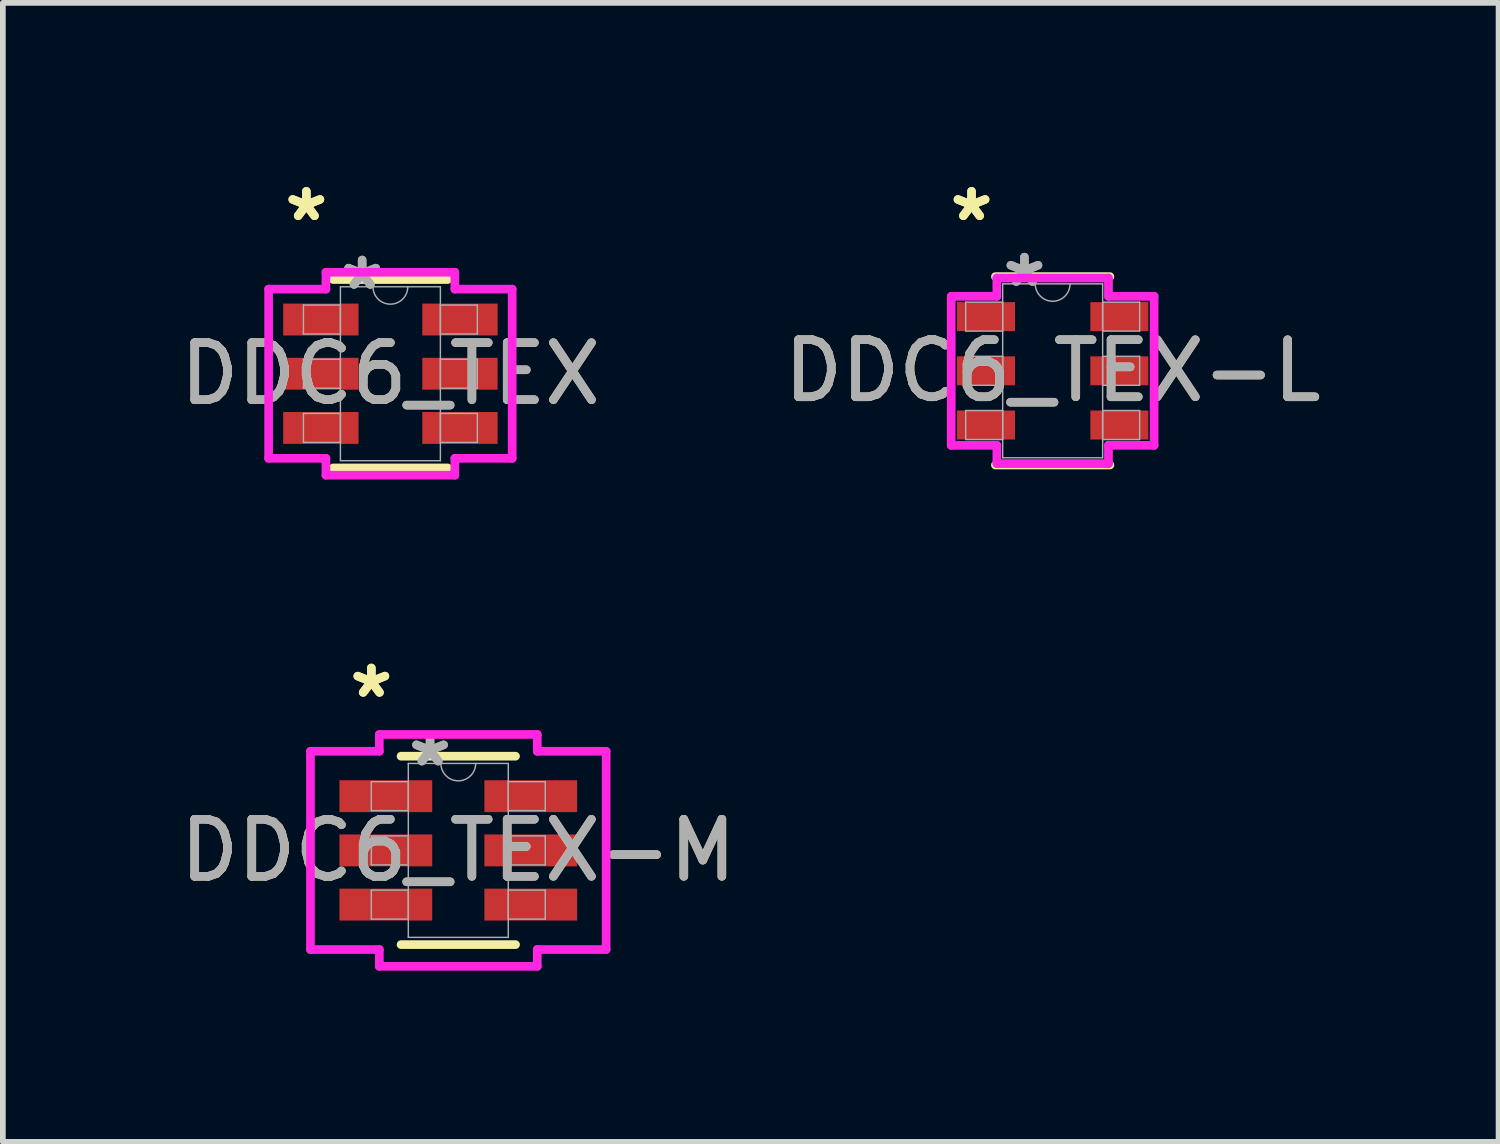
<source format=kicad_pcb>
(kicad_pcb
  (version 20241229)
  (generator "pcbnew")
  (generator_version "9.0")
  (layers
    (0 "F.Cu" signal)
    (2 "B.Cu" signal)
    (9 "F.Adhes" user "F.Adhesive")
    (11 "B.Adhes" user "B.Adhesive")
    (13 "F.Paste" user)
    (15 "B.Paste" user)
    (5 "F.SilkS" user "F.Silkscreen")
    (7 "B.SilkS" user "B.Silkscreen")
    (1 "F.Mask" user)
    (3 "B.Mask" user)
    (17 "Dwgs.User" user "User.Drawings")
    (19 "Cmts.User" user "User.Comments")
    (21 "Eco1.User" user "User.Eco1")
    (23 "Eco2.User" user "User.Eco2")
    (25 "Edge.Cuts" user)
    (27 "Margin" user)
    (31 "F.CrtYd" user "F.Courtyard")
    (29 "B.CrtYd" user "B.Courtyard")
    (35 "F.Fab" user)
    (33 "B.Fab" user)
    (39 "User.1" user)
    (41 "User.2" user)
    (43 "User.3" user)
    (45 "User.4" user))
  (footprint "DDC6_TEX-M"
    (layer "F.Cu")
    (at 4.982 11.854)
    (property "Reference" "DDC6_TEX-M" (at 0 0 0) (unlocked yes) (layer "F.SilkS") (effects (font (size 1 1) (thickness 0.15))))
    (attr smd)
    (fp_line (start -1.003 1.651) (end 1.003 1.651) (stroke (width 0.152) (type solid)) (layer "F.SilkS"))
    (fp_line (start 1.003 -1.651) (end -1.003 -1.651) (stroke (width 0.152) (type solid)) (layer "F.SilkS"))
    (fp_line (start -2.591 -1.737) (end -1.384 -1.737) (stroke (width 0.152) (type solid)) (layer "F.CrtYd"))
    (fp_line (start -2.591 1.737) (end -2.591 -1.737) (stroke (width 0.152) (type solid)) (layer "F.CrtYd"))
    (fp_line (start -2.591 1.737) (end -1.384 1.737) (stroke (width 0.152) (type solid)) (layer "F.CrtYd"))
    (fp_line (start -1.384 -2.032) (end 1.384 -2.032) (stroke (width 0.152) (type solid)) (layer "F.CrtYd"))
    (fp_line (start -1.384 -1.737) (end -1.384 -2.032) (stroke (width 0.152) (type solid)) (layer "F.CrtYd"))
    (fp_line (start -1.384 2.032) (end -1.384 1.737) (stroke (width 0.152) (type solid)) (layer "F.CrtYd"))
    (fp_line (start 1.384 -2.032) (end 1.384 -1.737) (stroke (width 0.152) (type solid)) (layer "F.CrtYd"))
    (fp_line (start 1.384 1.737) (end 1.384 2.032) (stroke (width 0.152) (type solid)) (layer "F.CrtYd"))
    (fp_line (start 1.384 2.032) (end -1.384 2.032) (stroke (width 0.152) (type solid)) (layer "F.CrtYd"))
    (fp_line (start 2.591 -1.737) (end 1.384 -1.737) (stroke (width 0.152) (type solid)) (layer "F.CrtYd"))
    (fp_line (start 2.591 -1.737) (end 2.591 1.737) (stroke (width 0.152) (type solid)) (layer "F.CrtYd"))
    (fp_line (start 2.591 1.737) (end 1.384 1.737) (stroke (width 0.152) (type solid)) (layer "F.CrtYd"))
    (fp_line (start -1.524 -1.204) (end -1.524 -0.696) (stroke (width 0.025) (type solid)) (layer "F.Fab"))
    (fp_line (start -1.524 -0.696) (end -0.876 -0.696) (stroke (width 0.025) (type solid)) (layer "F.Fab"))
    (fp_line (start -1.524 -0.254) (end -1.524 0.254) (stroke (width 0.025) (type solid)) (layer "F.Fab"))
    (fp_line (start -1.524 0.254) (end -0.876 0.254) (stroke (width 0.025) (type solid)) (layer "F.Fab"))
    (fp_line (start -1.524 0.696) (end -1.524 1.204) (stroke (width 0.025) (type solid)) (layer "F.Fab"))
    (fp_line (start -1.524 1.204) (end -0.876 1.204) (stroke (width 0.025) (type solid)) (layer "F.Fab"))
    (fp_line (start -0.876 -1.524) (end -0.876 1.524) (stroke (width 0.025) (type solid)) (layer "F.Fab"))
    (fp_line (start -0.876 -1.204) (end -1.524 -1.204) (stroke (width 0.025) (type solid)) (layer "F.Fab"))
    (fp_line (start -0.876 -0.696) (end -0.876 -1.204) (stroke (width 0.025) (type solid)) (layer "F.Fab"))
    (fp_line (start -0.876 -0.254) (end -1.524 -0.254) (stroke (width 0.025) (type solid)) (layer "F.Fab"))
    (fp_line (start -0.876 0.254) (end -0.876 -0.254) (stroke (width 0.025) (type solid)) (layer "F.Fab"))
    (fp_line (start -0.876 0.696) (end -1.524 0.696) (stroke (width 0.025) (type solid)) (layer "F.Fab"))
    (fp_line (start -0.876 1.204) (end -0.876 0.696) (stroke (width 0.025) (type solid)) (layer "F.Fab"))
    (fp_line (start -0.876 1.524) (end 0.876 1.524) (stroke (width 0.025) (type solid)) (layer "F.Fab"))
    (fp_line (start 0.876 -1.524) (end -0.876 -1.524) (stroke (width 0.025) (type solid)) (layer "F.Fab"))
    (fp_line (start 0.876 -1.204) (end 0.876 -0.696) (stroke (width 0.025) (type solid)) (layer "F.Fab"))
    (fp_line (start 0.876 -0.696) (end 1.524 -0.696) (stroke (width 0.025) (type solid)) (layer "F.Fab"))
    (fp_line (start 0.876 -0.254) (end 0.876 0.254) (stroke (width 0.025) (type solid)) (layer "F.Fab"))
    (fp_line (start 0.876 0.254) (end 1.524 0.254) (stroke (width 0.025) (type solid)) (layer "F.Fab"))
    (fp_line (start 0.876 0.696) (end 0.876 1.204) (stroke (width 0.025) (type solid)) (layer "F.Fab"))
    (fp_line (start 0.876 1.204) (end 1.524 1.204) (stroke (width 0.025) (type solid)) (layer "F.Fab"))
    (fp_line (start 0.876 1.524) (end 0.876 -1.524) (stroke (width 0.025) (type solid)) (layer "F.Fab"))
    (fp_line (start 1.524 -1.204) (end 0.876 -1.204) (stroke (width 0.025) (type solid)) (layer "F.Fab"))
    (fp_line (start 1.524 -0.696) (end 1.524 -1.204) (stroke (width 0.025) (type solid)) (layer "F.Fab"))
    (fp_line (start 1.524 -0.254) (end 0.876 -0.254) (stroke (width 0.025) (type solid)) (layer "F.Fab"))
    (fp_line (start 1.524 0.254) (end 1.524 -0.254) (stroke (width 0.025) (type solid)) (layer "F.Fab"))
    (fp_line (start 1.524 0.696) (end 0.876 0.696) (stroke (width 0.025) (type solid)) (layer "F.Fab"))
    (fp_line (start 1.524 1.204) (end 1.524 0.696) (stroke (width 0.025) (type solid)) (layer "F.Fab"))
    (fp_arc (start 0.3048 -1.524) (mid 0 -1.2192) (end -0.3048 -1.524) (stroke (width 0.0254) (type solid)) (layer "F.Fab"))
    (fp_text user "*" (at -1.524 -2.652 0) (layer "F.SilkS") (effects (font (size 1 1) (thickness 0.15))))
    (fp_text user "*" (at -1.524 -2.652 0) (unlocked yes) (layer "F.SilkS") (effects (font (size 1 1) (thickness 0.15))))
    (fp_text user "*" (at -0.495 -1.448 0) (layer "F.Fab") (effects (font (size 1 1) (thickness 0.15))))
    (fp_text user "*" (at -0.495 -1.448 0) (unlocked yes) (layer "F.Fab") (effects (font (size 1 1) (thickness 0.15))))
    (fp_text user "${REFERENCE}" (at 0 0 0) (unlocked yes) (layer "F.Fab") (effects (font (size 1 1) (thickness 0.15))))
    (pad "1" smd rect (at -1.27 -0.95) (size 1.626 0.559) (layers "F.Cu" "F.Mask" "F.Paste"))
    (pad "2" smd rect (at -1.27 0) (size 1.626 0.559) (layers "F.Cu" "F.Mask" "F.Paste"))
    (pad "3" smd rect (at -1.27 0.95) (size 1.626 0.559) (layers "F.Cu" "F.Mask" "F.Paste"))
    (pad "4" smd rect (at 1.27 0.95) (size 1.626 0.559) (layers "F.Cu" "F.Mask" "F.Paste"))
    (pad "5" smd rect (at 1.27 0) (size 1.626 0.559) (layers "F.Cu" "F.Mask" "F.Paste"))
    (pad "6" smd rect (at 1.27 -0.95) (size 1.626 0.559) (layers "F.Cu" "F.Mask" "F.Paste")))
  (footprint "DDC6_TEX-L"
    (layer "F.Cu")
    (at 15.399 3.449)
    (property "Reference" "DDC6_TEX-L" (at 0 0 0) (unlocked yes) (layer "F.SilkS") (effects (font (size 1 1) (thickness 0.15))))
    (attr smd)
    (fp_line (start -1.003 1.651) (end 1.003 1.651) (stroke (width 0.152) (type solid)) (layer "F.SilkS"))
    (fp_line (start 1.003 -1.651) (end -1.003 -1.651) (stroke (width 0.152) (type solid)) (layer "F.SilkS"))
    (fp_line (start -1.778 -1.306) (end -0.978 -1.306) (stroke (width 0.152) (type solid)) (layer "F.CrtYd"))
    (fp_line (start -1.778 1.306) (end -1.778 -1.306) (stroke (width 0.152) (type solid)) (layer "F.CrtYd"))
    (fp_line (start -1.778 1.306) (end -0.978 1.306) (stroke (width 0.152) (type solid)) (layer "F.CrtYd"))
    (fp_line (start -0.978 -1.626) (end 0.978 -1.626) (stroke (width 0.152) (type solid)) (layer "F.CrtYd"))
    (fp_line (start -0.978 -1.306) (end -0.978 -1.626) (stroke (width 0.152) (type solid)) (layer "F.CrtYd"))
    (fp_line (start -0.978 1.626) (end -0.978 1.306) (stroke (width 0.152) (type solid)) (layer "F.CrtYd"))
    (fp_line (start 0.978 -1.626) (end 0.978 -1.306) (stroke (width 0.152) (type solid)) (layer "F.CrtYd"))
    (fp_line (start 0.978 1.306) (end 0.978 1.626) (stroke (width 0.152) (type solid)) (layer "F.CrtYd"))
    (fp_line (start 0.978 1.626) (end -0.978 1.626) (stroke (width 0.152) (type solid)) (layer "F.CrtYd"))
    (fp_line (start 1.778 -1.306) (end 0.978 -1.306) (stroke (width 0.152) (type solid)) (layer "F.CrtYd"))
    (fp_line (start 1.778 -1.306) (end 1.778 1.306) (stroke (width 0.152) (type solid)) (layer "F.CrtYd"))
    (fp_line (start 1.778 1.306) (end 0.978 1.306) (stroke (width 0.152) (type solid)) (layer "F.CrtYd"))
    (fp_line (start -1.524 -1.204) (end -1.524 -0.696) (stroke (width 0.025) (type solid)) (layer "F.Fab"))
    (fp_line (start -1.524 -0.696) (end -0.876 -0.696) (stroke (width 0.025) (type solid)) (layer "F.Fab"))
    (fp_line (start -1.524 -0.254) (end -1.524 0.254) (stroke (width 0.025) (type solid)) (layer "F.Fab"))
    (fp_line (start -1.524 0.254) (end -0.876 0.254) (stroke (width 0.025) (type solid)) (layer "F.Fab"))
    (fp_line (start -1.524 0.696) (end -1.524 1.204) (stroke (width 0.025) (type solid)) (layer "F.Fab"))
    (fp_line (start -1.524 1.204) (end -0.876 1.204) (stroke (width 0.025) (type solid)) (layer "F.Fab"))
    (fp_line (start -0.876 -1.524) (end -0.876 1.524) (stroke (width 0.025) (type solid)) (layer "F.Fab"))
    (fp_line (start -0.876 -1.204) (end -1.524 -1.204) (stroke (width 0.025) (type solid)) (layer "F.Fab"))
    (fp_line (start -0.876 -0.696) (end -0.876 -1.204) (stroke (width 0.025) (type solid)) (layer "F.Fab"))
    (fp_line (start -0.876 -0.254) (end -1.524 -0.254) (stroke (width 0.025) (type solid)) (layer "F.Fab"))
    (fp_line (start -0.876 0.254) (end -0.876 -0.254) (stroke (width 0.025) (type solid)) (layer "F.Fab"))
    (fp_line (start -0.876 0.696) (end -1.524 0.696) (stroke (width 0.025) (type solid)) (layer "F.Fab"))
    (fp_line (start -0.876 1.204) (end -0.876 0.696) (stroke (width 0.025) (type solid)) (layer "F.Fab"))
    (fp_line (start -0.876 1.524) (end 0.876 1.524) (stroke (width 0.025) (type solid)) (layer "F.Fab"))
    (fp_line (start 0.876 -1.524) (end -0.876 -1.524) (stroke (width 0.025) (type solid)) (layer "F.Fab"))
    (fp_line (start 0.876 -1.204) (end 0.876 -0.696) (stroke (width 0.025) (type solid)) (layer "F.Fab"))
    (fp_line (start 0.876 -0.696) (end 1.524 -0.696) (stroke (width 0.025) (type solid)) (layer "F.Fab"))
    (fp_line (start 0.876 -0.254) (end 0.876 0.254) (stroke (width 0.025) (type solid)) (layer "F.Fab"))
    (fp_line (start 0.876 0.254) (end 1.524 0.254) (stroke (width 0.025) (type solid)) (layer "F.Fab"))
    (fp_line (start 0.876 0.696) (end 0.876 1.204) (stroke (width 0.025) (type solid)) (layer "F.Fab"))
    (fp_line (start 0.876 1.204) (end 1.524 1.204) (stroke (width 0.025) (type solid)) (layer "F.Fab"))
    (fp_line (start 0.876 1.524) (end 0.876 -1.524) (stroke (width 0.025) (type solid)) (layer "F.Fab"))
    (fp_line (start 1.524 -1.204) (end 0.876 -1.204) (stroke (width 0.025) (type solid)) (layer "F.Fab"))
    (fp_line (start 1.524 -0.696) (end 1.524 -1.204) (stroke (width 0.025) (type solid)) (layer "F.Fab"))
    (fp_line (start 1.524 -0.254) (end 0.876 -0.254) (stroke (width 0.025) (type solid)) (layer "F.Fab"))
    (fp_line (start 1.524 0.254) (end 1.524 -0.254) (stroke (width 0.025) (type solid)) (layer "F.Fab"))
    (fp_line (start 1.524 0.696) (end 0.876 0.696) (stroke (width 0.025) (type solid)) (layer "F.Fab"))
    (fp_line (start 1.524 1.204) (end 1.524 0.696) (stroke (width 0.025) (type solid)) (layer "F.Fab"))
    (fp_arc (start 0.3048 -1.524) (mid 0 -1.2192) (end -0.3048 -1.524) (stroke (width 0.0254) (type solid)) (layer "F.Fab"))
    (fp_text user "*" (at -1.422 -2.601 0) (unlocked yes) (layer "F.SilkS") (effects (font (size 1 1) (thickness 0.15))))
    (fp_text user "*" (at -1.422 -2.601 0) (layer "F.SilkS") (effects (font (size 1 1) (thickness 0.15))))
    (fp_text user "*" (at -0.495 -1.448 0) (unlocked yes) (layer "F.Fab") (effects (font (size 1 1) (thickness 0.15))))
    (fp_text user "*" (at -0.495 -1.448 0) (layer "F.Fab") (effects (font (size 1 1) (thickness 0.15))))
    (fp_text user "${REFERENCE}" (at 0 0 0) (unlocked yes) (layer "F.Fab") (effects (font (size 1 1) (thickness 0.15))))
    (pad "1" smd rect (at -1.168 -0.95) (size 1.016 0.508) (layers "F.Cu" "F.Mask" "F.Paste"))
    (pad "2" smd rect (at -1.168 0) (size 1.016 0.508) (layers "F.Cu" "F.Mask" "F.Paste"))
    (pad "3" smd rect (at -1.168 0.95) (size 1.016 0.508) (layers "F.Cu" "F.Mask" "F.Paste"))
    (pad "4" smd rect (at 1.168 0.95) (size 1.016 0.508) (layers "F.Cu" "F.Mask" "F.Paste"))
    (pad "5" smd rect (at 1.168 0) (size 1.016 0.508) (layers "F.Cu" "F.Mask" "F.Paste"))
    (pad "6" smd rect (at 1.168 -0.95) (size 1.016 0.508) (layers "F.Cu" "F.Mask" "F.Paste")))
  (footprint "DDC6_TEX"
    (layer "F.Cu")
    (at 3.792 3.5)
    (property "Reference" "DDC6_TEX" (at 0 0 0) (unlocked yes) (layer "F.SilkS") (effects (font (size 1 1) (thickness 0.15))))
    (attr smd)
    (fp_line (start -1.003 1.651) (end 1.003 1.651) (stroke (width 0.152) (type solid)) (layer "F.SilkS"))
    (fp_line (start 1.003 -1.651) (end -1.003 -1.651) (stroke (width 0.152) (type solid)) (layer "F.SilkS"))
    (fp_line (start -2.134 -1.483) (end -1.13 -1.483) (stroke (width 0.152) (type solid)) (layer "F.CrtYd"))
    (fp_line (start -2.134 1.483) (end -2.134 -1.483) (stroke (width 0.152) (type solid)) (layer "F.CrtYd"))
    (fp_line (start -2.134 1.483) (end -1.13 1.483) (stroke (width 0.152) (type solid)) (layer "F.CrtYd"))
    (fp_line (start -1.13 -1.778) (end 1.13 -1.778) (stroke (width 0.152) (type solid)) (layer "F.CrtYd"))
    (fp_line (start -1.13 -1.483) (end -1.13 -1.778) (stroke (width 0.152) (type solid)) (layer "F.CrtYd"))
    (fp_line (start -1.13 1.778) (end -1.13 1.483) (stroke (width 0.152) (type solid)) (layer "F.CrtYd"))
    (fp_line (start 1.13 -1.778) (end 1.13 -1.483) (stroke (width 0.152) (type solid)) (layer "F.CrtYd"))
    (fp_line (start 1.13 1.483) (end 1.13 1.778) (stroke (width 0.152) (type solid)) (layer "F.CrtYd"))
    (fp_line (start 1.13 1.778) (end -1.13 1.778) (stroke (width 0.152) (type solid)) (layer "F.CrtYd"))
    (fp_line (start 2.134 -1.483) (end 1.13 -1.483) (stroke (width 0.152) (type solid)) (layer "F.CrtYd"))
    (fp_line (start 2.134 -1.483) (end 2.134 1.483) (stroke (width 0.152) (type solid)) (layer "F.CrtYd"))
    (fp_line (start 2.134 1.483) (end 1.13 1.483) (stroke (width 0.152) (type solid)) (layer "F.CrtYd"))
    (fp_line (start -1.524 -1.204) (end -1.524 -0.696) (stroke (width 0.025) (type solid)) (layer "F.Fab"))
    (fp_line (start -1.524 -0.696) (end -0.876 -0.696) (stroke (width 0.025) (type solid)) (layer "F.Fab"))
    (fp_line (start -1.524 -0.254) (end -1.524 0.254) (stroke (width 0.025) (type solid)) (layer "F.Fab"))
    (fp_line (start -1.524 0.254) (end -0.876 0.254) (stroke (width 0.025) (type solid)) (layer "F.Fab"))
    (fp_line (start -1.524 0.696) (end -1.524 1.204) (stroke (width 0.025) (type solid)) (layer "F.Fab"))
    (fp_line (start -1.524 1.204) (end -0.876 1.204) (stroke (width 0.025) (type solid)) (layer "F.Fab"))
    (fp_line (start -0.876 -1.524) (end -0.876 1.524) (stroke (width 0.025) (type solid)) (layer "F.Fab"))
    (fp_line (start -0.876 -1.204) (end -1.524 -1.204) (stroke (width 0.025) (type solid)) (layer "F.Fab"))
    (fp_line (start -0.876 -0.696) (end -0.876 -1.204) (stroke (width 0.025) (type solid)) (layer "F.Fab"))
    (fp_line (start -0.876 -0.254) (end -1.524 -0.254) (stroke (width 0.025) (type solid)) (layer "F.Fab"))
    (fp_line (start -0.876 0.254) (end -0.876 -0.254) (stroke (width 0.025) (type solid)) (layer "F.Fab"))
    (fp_line (start -0.876 0.696) (end -1.524 0.696) (stroke (width 0.025) (type solid)) (layer "F.Fab"))
    (fp_line (start -0.876 1.204) (end -0.876 0.696) (stroke (width 0.025) (type solid)) (layer "F.Fab"))
    (fp_line (start -0.876 1.524) (end 0.876 1.524) (stroke (width 0.025) (type solid)) (layer "F.Fab"))
    (fp_line (start 0.876 -1.524) (end -0.876 -1.524) (stroke (width 0.025) (type solid)) (layer "F.Fab"))
    (fp_line (start 0.876 -1.204) (end 0.876 -0.696) (stroke (width 0.025) (type solid)) (layer "F.Fab"))
    (fp_line (start 0.876 -0.696) (end 1.524 -0.696) (stroke (width 0.025) (type solid)) (layer "F.Fab"))
    (fp_line (start 0.876 -0.254) (end 0.876 0.254) (stroke (width 0.025) (type solid)) (layer "F.Fab"))
    (fp_line (start 0.876 0.254) (end 1.524 0.254) (stroke (width 0.025) (type solid)) (layer "F.Fab"))
    (fp_line (start 0.876 0.696) (end 0.876 1.204) (stroke (width 0.025) (type solid)) (layer "F.Fab"))
    (fp_line (start 0.876 1.204) (end 1.524 1.204) (stroke (width 0.025) (type solid)) (layer "F.Fab"))
    (fp_line (start 0.876 1.524) (end 0.876 -1.524) (stroke (width 0.025) (type solid)) (layer "F.Fab"))
    (fp_line (start 1.524 -1.204) (end 0.876 -1.204) (stroke (width 0.025) (type solid)) (layer "F.Fab"))
    (fp_line (start 1.524 -0.696) (end 1.524 -1.204) (stroke (width 0.025) (type solid)) (layer "F.Fab"))
    (fp_line (start 1.524 -0.254) (end 0.876 -0.254) (stroke (width 0.025) (type solid)) (layer "F.Fab"))
    (fp_line (start 1.524 0.254) (end 1.524 -0.254) (stroke (width 0.025) (type solid)) (layer "F.Fab"))
    (fp_line (start 1.524 0.696) (end 0.876 0.696) (stroke (width 0.025) (type solid)) (layer "F.Fab"))
    (fp_line (start 1.524 1.204) (end 1.524 0.696) (stroke (width 0.025) (type solid)) (layer "F.Fab"))
    (fp_arc (start 0.3048 -1.524) (mid 0 -1.2192) (end -0.3048 -1.524) (stroke (width 0.0254) (type solid)) (layer "F.Fab"))
    (fp_text user "*" (at -1.473 -2.652 0) (unlocked yes) (layer "F.SilkS") (effects (font (size 1 1) (thickness 0.15))))
    (fp_text user "*" (at -1.473 -2.652 0) (layer "F.SilkS") (effects (font (size 1 1) (thickness 0.15))))
    (fp_text user "*" (at -0.495 -1.448 0) (layer "F.Fab") (effects (font (size 1 1) (thickness 0.15))))
    (fp_text user "*" (at -0.495 -1.448 0) (unlocked yes) (layer "F.Fab") (effects (font (size 1 1) (thickness 0.15))))
    (fp_text user "${REFERENCE}" (at 0 0 0) (unlocked yes) (layer "F.Fab") (effects (font (size 1 1) (thickness 0.15))))
    (pad "1" smd rect (at -1.219 -0.95) (size 1.321 0.559) (layers "F.Cu" "F.Mask" "F.Paste"))
    (pad "2" smd rect (at -1.219 0) (size 1.321 0.559) (layers "F.Cu" "F.Mask" "F.Paste"))
    (pad "3" smd rect (at -1.219 0.95) (size 1.321 0.559) (layers "F.Cu" "F.Mask" "F.Paste"))
    (pad "4" smd rect (at 1.219 0.95) (size 1.321 0.559) (layers "F.Cu" "F.Mask" "F.Paste"))
    (pad "5" smd rect (at 1.219 0) (size 1.321 0.559) (layers "F.Cu" "F.Mask" "F.Paste"))
    (pad "6" smd rect (at 1.219 -0.95) (size 1.321 0.559) (layers "F.Cu" "F.Mask" "F.Paste")))
  (gr_rect
    (start -3 -3)
    (end 23.214 16.962)
    (stroke (width 0.1) (type default))
    (fill no)
    (layer "Edge.Cuts")))
</source>
